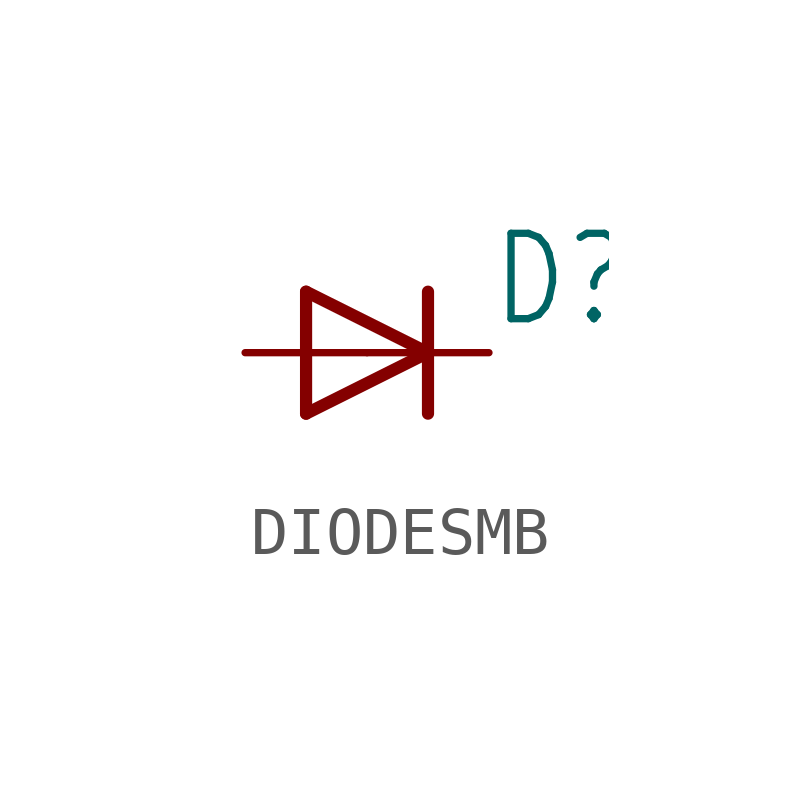
<source format=kicad_sym>
(kicad_symbol_lib
  (version 20220914)
  (generator kicad_symbol_editor)
  (symbol "DIODESMB"
    (property "Reference" "D"
      (at 2.54 0.483 0)
      (effects (font (size 1.778 1.511)) (justify left bottom)))
    (property "Value" ""
      (at 2.54 -2.311 0)
      (effects (font (size 1.778 1.511)) (justify left bottom)))
    (property "ki_locked" ""
      (at 0 0 0)
      (effects (font (size 1.27 1.27))))
    (symbol "DIODESMB_1_0"
      (polyline (pts (xy -1.27 -1.27) (xy 1.27 0)) (stroke (width 0.254) (type solid)) (fill (type none)))
      (polyline (pts (xy -1.27 1.27) (xy -1.27 -1.27)) (stroke (width 0.254) (type solid)) (fill (type none)))
      (polyline (pts (xy 1.27 0) (xy -1.27 1.27)) (stroke (width 0.254) (type solid)) (fill (type none)))
      (polyline (pts (xy 1.27 0) (xy 1.27 -1.27)) (stroke (width 0.254) (type solid)) (fill (type none)))
      (polyline (pts (xy 1.27 1.27) (xy 1.27 0)) (stroke (width 0.254) (type solid)) (fill (type none)))
      (pin passive line (at -2.54 0 0) (length 2.54) (name "A" (effects (font (size 0 0)))) (number "A" (effects (font (size 0 0)))))
      (pin passive line (at 2.54 0 180) (length 2.54) (name "C" (effects (font (size 0 0)))) (number "C" (effects (font (size 0 0))))))))
</source>
